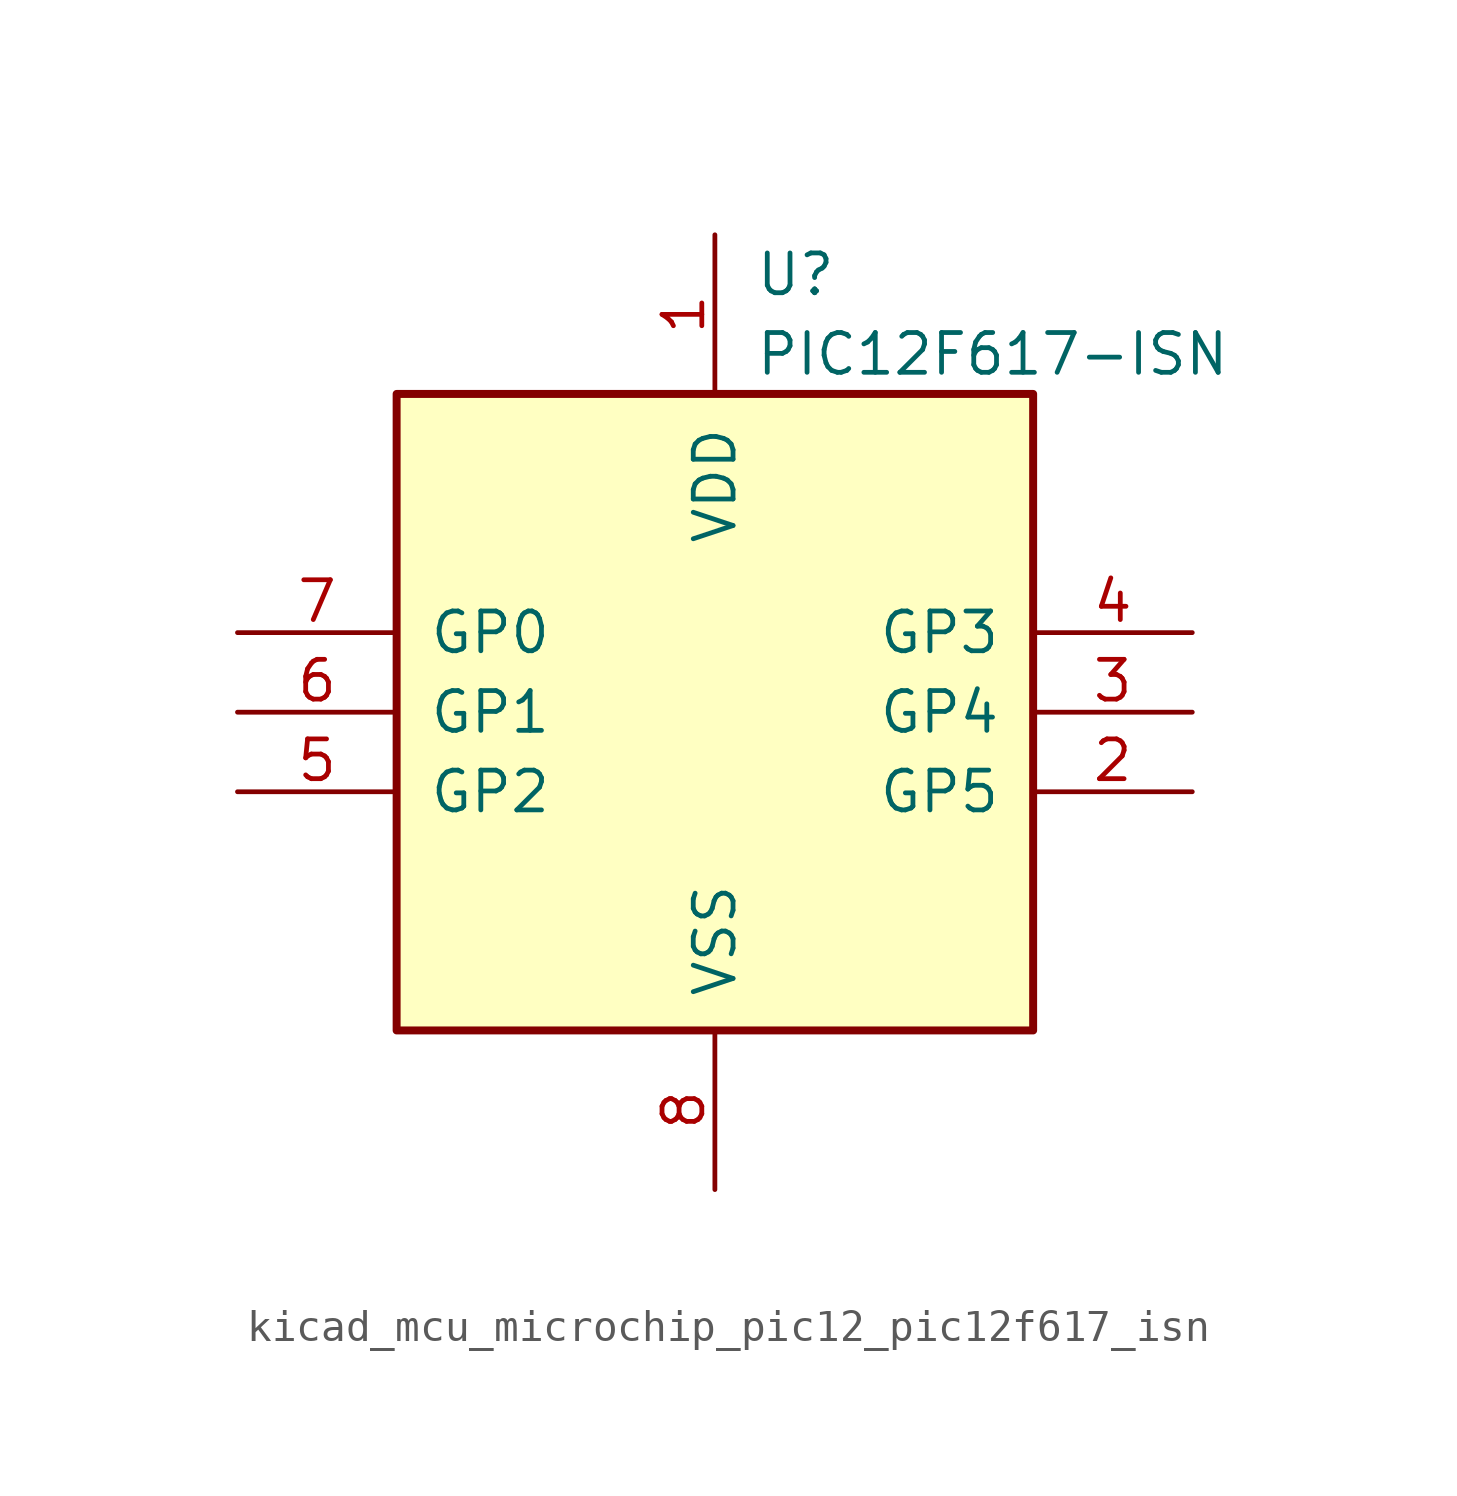
<source format=kicad_sym>
(kicad_symbol_lib
  (version 20220914)
  (generator kicad_symbol_editor)
  (symbol "kicad_mcu_microchip_pic12_pic12f617_isn"
    (pin_names
      (offset 1.016))
    (property "Reference" "U"
      (at 1.27 13.97 0)
      (effects (font (size 1.27 1.27)) (justify left)))
    (property "Value" "PIC12F617-ISN"
      (at 1.27 11.43 0)
      (effects (font (size 1.27 1.27)) (justify left)))
    (symbol "kicad_mcu_microchip_pic12_pic12f617_isn_0_1"
      (rectangle (start 10.16 -10.16) (end -10.16 10.16) (stroke (width 0.254) (type default)) (fill (type background))))
    (symbol "kicad_mcu_microchip_pic12_pic12f617_isn_1_1"
      (pin power_in line (at 0 15.24 270) (length 5.08) (name "VDD" (effects (font (size 1.27 1.27)))) (number "1" (effects (font (size 1.27 1.27)))))
      (pin bidirectional line (at 15.24 -2.54 180) (length 5.08) (name "GP5" (effects (font (size 1.27 1.27)))) (number "2" (effects (font (size 1.27 1.27)))))
      (pin bidirectional line (at 15.24 0 180) (length 5.08) (name "GP4" (effects (font (size 1.27 1.27)))) (number "3" (effects (font (size 1.27 1.27)))))
      (pin input line (at 15.24 2.54 180) (length 5.08) (name "GP3" (effects (font (size 1.27 1.27)))) (number "4" (effects (font (size 1.27 1.27)))))
      (pin bidirectional line (at -15.24 -2.54 0) (length 5.08) (name "GP2" (effects (font (size 1.27 1.27)))) (number "5" (effects (font (size 1.27 1.27)))))
      (pin bidirectional line (at -15.24 0 0) (length 5.08) (name "GP1" (effects (font (size 1.27 1.27)))) (number "6" (effects (font (size 1.27 1.27)))))
      (pin bidirectional line (at -15.24 2.54 0) (length 5.08) (name "GP0" (effects (font (size 1.27 1.27)))) (number "7" (effects (font (size 1.27 1.27)))))
      (pin power_in line (at 0 -15.24 90) (length 5.08) (name "VSS" (effects (font (size 1.27 1.27)))) (number "8" (effects (font (size 1.27 1.27))))))))
</source>
